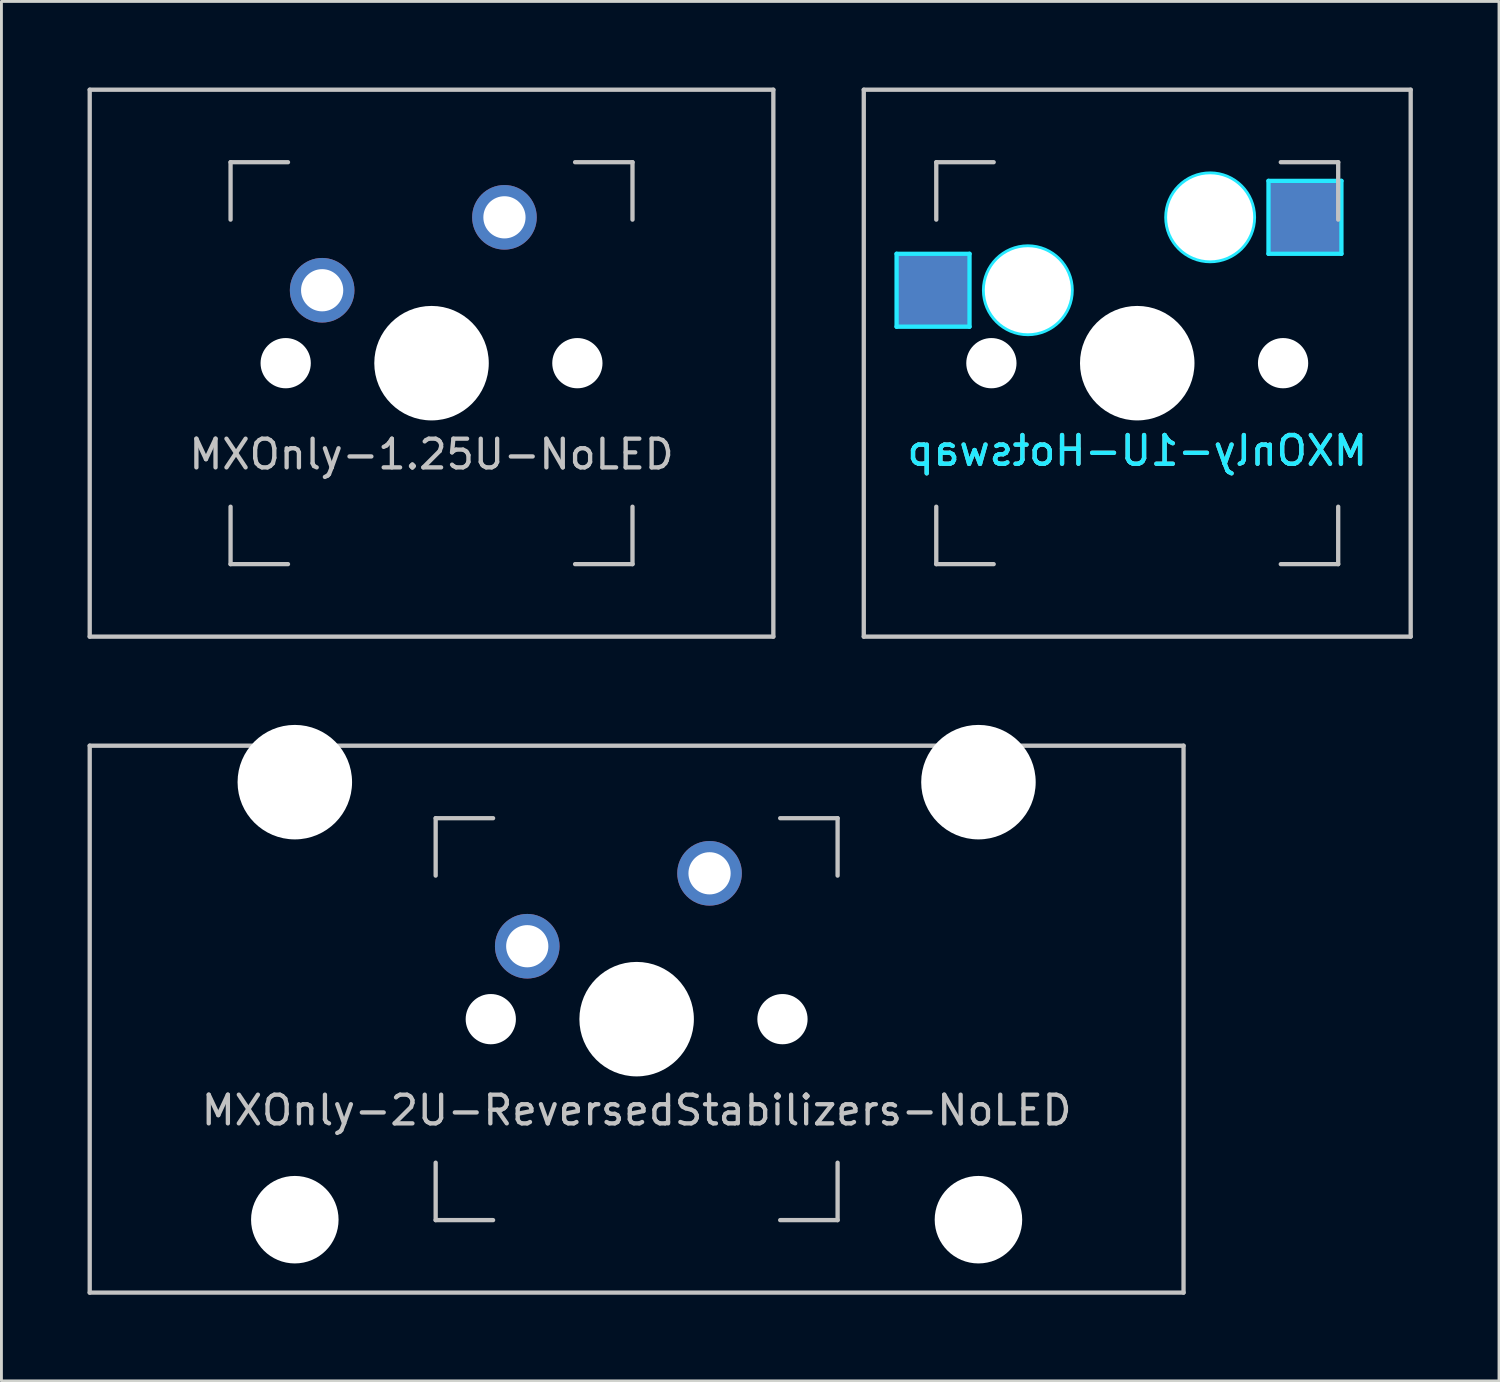
<source format=kicad_pcb>
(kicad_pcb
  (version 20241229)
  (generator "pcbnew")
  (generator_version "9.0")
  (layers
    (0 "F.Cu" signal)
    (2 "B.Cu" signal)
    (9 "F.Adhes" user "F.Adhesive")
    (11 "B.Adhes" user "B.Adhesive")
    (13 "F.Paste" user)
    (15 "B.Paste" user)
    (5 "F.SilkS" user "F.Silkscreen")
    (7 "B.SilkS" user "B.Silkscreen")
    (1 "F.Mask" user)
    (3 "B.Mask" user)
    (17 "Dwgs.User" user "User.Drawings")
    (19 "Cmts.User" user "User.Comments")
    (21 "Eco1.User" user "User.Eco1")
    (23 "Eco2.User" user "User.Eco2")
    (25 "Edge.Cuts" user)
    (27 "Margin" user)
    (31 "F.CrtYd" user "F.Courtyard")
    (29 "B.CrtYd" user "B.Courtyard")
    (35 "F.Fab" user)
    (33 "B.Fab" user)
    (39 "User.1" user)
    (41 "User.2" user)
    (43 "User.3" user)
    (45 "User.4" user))
  (footprint "MXOnly-2U-ReversedStabilizers-NoLED"
    (layer "F.Cu")
    (at 19.125 32.449)
    (property "Reference" "MXOnly-2U-ReversedStabilizers-NoLED" (at 0 3.175 0) (layer "Dwgs.User") (effects (font (size 1 1) (thickness 0.15))))
    (attr through_hole)
    (fp_line (start -19.05 -9.525) (end 19.05 -9.525) (stroke (width 0.15) (type solid)) (layer "Dwgs.User"))
    (fp_line (start -19.05 9.525) (end -19.05 -9.525) (stroke (width 0.15) (type solid)) (layer "Dwgs.User"))
    (fp_line (start -19.05 9.525) (end 19.05 9.525) (stroke (width 0.15) (type solid)) (layer "Dwgs.User"))
    (fp_line (start -7 -7) (end -7 -5) (stroke (width 0.15) (type solid)) (layer "Dwgs.User"))
    (fp_line (start -7 5) (end -7 7) (stroke (width 0.15) (type solid)) (layer "Dwgs.User"))
    (fp_line (start -7 7) (end -5 7) (stroke (width 0.15) (type solid)) (layer "Dwgs.User"))
    (fp_line (start -5 -7) (end -7 -7) (stroke (width 0.15) (type solid)) (layer "Dwgs.User"))
    (fp_line (start 5 -7) (end 7 -7) (stroke (width 0.15) (type solid)) (layer "Dwgs.User"))
    (fp_line (start 5 7) (end 7 7) (stroke (width 0.15) (type solid)) (layer "Dwgs.User"))
    (fp_line (start 7 -7) (end 7 -5) (stroke (width 0.15) (type solid)) (layer "Dwgs.User"))
    (fp_line (start 7 7) (end 7 5) (stroke (width 0.15) (type solid)) (layer "Dwgs.User"))
    (fp_line (start 19.05 -9.525) (end 19.05 9.525) (stroke (width 0.15) (type solid)) (layer "Dwgs.User"))
    (pad "" np_thru_hole circle (at -11.906 -8.255) (size 3.988 3.988) (drill 3.988) (layers "*.Cu" "*.Mask"))
    (pad "" np_thru_hole circle (at -11.906 6.985) (size 3.048 3.048) (drill 3.048) (layers "*.Cu" "*.Mask"))
    (pad "" np_thru_hole circle (at -5.08 0 48.1) (size 1.75 1.75) (drill 1.75) (layers "*.Cu" "*.Mask"))
    (pad "" np_thru_hole circle (at 0 0) (size 3.988 3.988) (drill 3.988) (layers "*.Cu" "*.Mask"))
    (pad "" np_thru_hole circle (at 5.08 0 48.1) (size 1.75 1.75) (drill 1.75) (layers "*.Cu" "*.Mask"))
    (pad "" np_thru_hole circle (at 11.906 -8.255) (size 3.988 3.988) (drill 3.988) (layers "*.Cu" "*.Mask"))
    (pad "" np_thru_hole circle (at 11.906 6.985) (size 3.048 3.048) (drill 3.048) (layers "*.Cu" "*.Mask"))
    (pad "1" thru_hole circle (at -3.81 -2.54) (size 2.25 2.25) (drill 1.47) (layers "*.Cu" "B.Mask"))
    (pad "2" thru_hole circle (at 2.54 -5.08) (size 2.25 2.25) (drill 1.47) (layers "*.Cu" "B.Mask")))
  (footprint "MXOnly-1U-Hotswap"
    (layer "F.Cu")
    (at 36.562 9.6)
    (property "Reference" "MXOnly-1U-Hotswap" (at 0 3.048 0) (layer "B.CrtYd") (effects (font (size 1 1) (thickness 0.15)) (justify mirror)))
    (attr smd)
    (fp_line (start -9.525 -9.525) (end 9.525 -9.525) (stroke (width 0.15) (type solid)) (layer "Dwgs.User"))
    (fp_line (start -9.525 9.525) (end -9.525 -9.525) (stroke (width 0.15) (type solid)) (layer "Dwgs.User"))
    (fp_line (start -7 -7) (end -7 -5) (stroke (width 0.15) (type solid)) (layer "Dwgs.User"))
    (fp_line (start -7 5) (end -7 7) (stroke (width 0.15) (type solid)) (layer "Dwgs.User"))
    (fp_line (start -7 7) (end -5 7) (stroke (width 0.15) (type solid)) (layer "Dwgs.User"))
    (fp_line (start -5 -7) (end -7 -7) (stroke (width 0.15) (type solid)) (layer "Dwgs.User"))
    (fp_line (start 5 -7) (end 7 -7) (stroke (width 0.15) (type solid)) (layer "Dwgs.User"))
    (fp_line (start 5 7) (end 7 7) (stroke (width 0.15) (type solid)) (layer "Dwgs.User"))
    (fp_line (start 7 -7) (end 7 -5) (stroke (width 0.15) (type solid)) (layer "Dwgs.User"))
    (fp_line (start 7 7) (end 7 5) (stroke (width 0.15) (type solid)) (layer "Dwgs.User"))
    (fp_line (start 9.525 -9.525) (end 9.525 9.525) (stroke (width 0.15) (type solid)) (layer "Dwgs.User"))
    (fp_line (start 9.525 9.525) (end -9.525 9.525) (stroke (width 0.15) (type solid)) (layer "Dwgs.User"))
    (fp_line (start -8.382 -3.81) (end -8.382 -1.27) (stroke (width 0.15) (type solid)) (layer "B.CrtYd"))
    (fp_line (start -8.382 -1.27) (end -5.842 -1.27) (stroke (width 0.15) (type solid)) (layer "B.CrtYd"))
    (fp_line (start -5.842 -3.81) (end -8.382 -3.81) (stroke (width 0.15) (type solid)) (layer "B.CrtYd"))
    (fp_line (start -5.842 -1.27) (end -5.842 -3.81) (stroke (width 0.15) (type solid)) (layer "B.CrtYd"))
    (fp_line (start 4.572 -6.35) (end 7.112 -6.35) (stroke (width 0.15) (type solid)) (layer "B.CrtYd"))
    (fp_line (start 4.572 -3.81) (end 4.572 -6.35) (stroke (width 0.15) (type solid)) (layer "B.CrtYd"))
    (fp_line (start 7.112 -6.35) (end 7.112 -3.81) (stroke (width 0.15) (type solid)) (layer "B.CrtYd"))
    (fp_line (start 7.112 -3.81) (end 4.572 -3.81) (stroke (width 0.15) (type solid)) (layer "B.CrtYd"))
    (fp_circle (center -3.81 -2.54) (end -3.81 -4.064) (stroke (width 0.15) (type solid)) (fill no) (layer "B.CrtYd"))
    (fp_circle (center 2.54 -5.08) (end 2.54 -6.604) (stroke (width 0.15) (type solid)) (fill no) (layer "B.CrtYd"))
    (fp_text user "${REFERENCE}" (at 0 3.048 0) (layer "B.SilkS") (effects (font (size 1 1) (thickness 0.15)) (justify mirror)))
    (pad "" np_thru_hole circle (at -5.08 0 48.1) (size 1.75 1.75) (drill 1.75) (layers "*.Cu" "*.Mask"))
    (pad "" np_thru_hole circle (at -3.81 -2.54) (size 3 3) (drill 3) (layers "*.Cu" "*.Mask"))
    (pad "" np_thru_hole circle (at 0 0) (size 3.988 3.988) (drill 3.988) (layers "*.Cu" "*.Mask"))
    (pad "" np_thru_hole circle (at 2.54 -5.08) (size 3 3) (drill 3) (layers "*.Cu" "*.Mask"))
    (pad "" np_thru_hole circle (at 5.08 0 48.1) (size 1.75 1.75) (drill 1.75) (layers "*.Cu" "*.Mask"))
    (pad "1" smd rect (at -7.085 -2.54) (size 2.55 2.5) (layers "B.Cu" "B.Mask" "B.Paste"))
    (pad "2" smd rect (at 5.842 -5.08) (size 2.55 2.5) (layers "B.Cu" "B.Mask" "B.Paste")))
  (footprint "MXOnly-1.25U-NoLED"
    (layer "F.Cu")
    (at 11.981 9.6)
    (property "Reference" "MXOnly-1.25U-NoLED" (at 0 3.175 0) (layer "Dwgs.User") (effects (font (size 1 1) (thickness 0.15))))
    (attr through_hole)
    (fp_line (start -11.906 -9.525) (end 11.906 -9.525) (stroke (width 0.15) (type solid)) (layer "Dwgs.User"))
    (fp_line (start -11.906 9.525) (end -11.906 -9.525) (stroke (width 0.15) (type solid)) (layer "Dwgs.User"))
    (fp_line (start -11.906 9.525) (end 11.906 9.525) (stroke (width 0.15) (type solid)) (layer "Dwgs.User"))
    (fp_line (start -7 -7) (end -7 -5) (stroke (width 0.15) (type solid)) (layer "Dwgs.User"))
    (fp_line (start -7 5) (end -7 7) (stroke (width 0.15) (type solid)) (layer "Dwgs.User"))
    (fp_line (start -7 7) (end -5 7) (stroke (width 0.15) (type solid)) (layer "Dwgs.User"))
    (fp_line (start -5 -7) (end -7 -7) (stroke (width 0.15) (type solid)) (layer "Dwgs.User"))
    (fp_line (start 5 -7) (end 7 -7) (stroke (width 0.15) (type solid)) (layer "Dwgs.User"))
    (fp_line (start 5 7) (end 7 7) (stroke (width 0.15) (type solid)) (layer "Dwgs.User"))
    (fp_line (start 7 -7) (end 7 -5) (stroke (width 0.15) (type solid)) (layer "Dwgs.User"))
    (fp_line (start 7 7) (end 7 5) (stroke (width 0.15) (type solid)) (layer "Dwgs.User"))
    (fp_line (start 11.906 -9.525) (end 11.906 9.525) (stroke (width 0.15) (type solid)) (layer "Dwgs.User"))
    (pad "" np_thru_hole circle (at -5.08 0 48.1) (size 1.75 1.75) (drill 1.75) (layers "*.Cu" "*.Mask"))
    (pad "" np_thru_hole circle (at 0 0) (size 3.988 3.988) (drill 3.988) (layers "*.Cu" "*.Mask"))
    (pad "" np_thru_hole circle (at 5.08 0 48.1) (size 1.75 1.75) (drill 1.75) (layers "*.Cu" "*.Mask"))
    (pad "1" thru_hole circle (at -3.81 -2.54) (size 2.25 2.25) (drill 1.47) (layers "*.Cu" "B.Mask"))
    (pad "2" thru_hole circle (at 2.54 -5.08) (size 2.25 2.25) (drill 1.47) (layers "*.Cu" "B.Mask")))
  (gr_rect
    (start -3 -3)
    (end 49.163 45.049)
    (stroke (width 0.1) (type default))
    (fill no)
    (layer "Edge.Cuts")))
</source>
